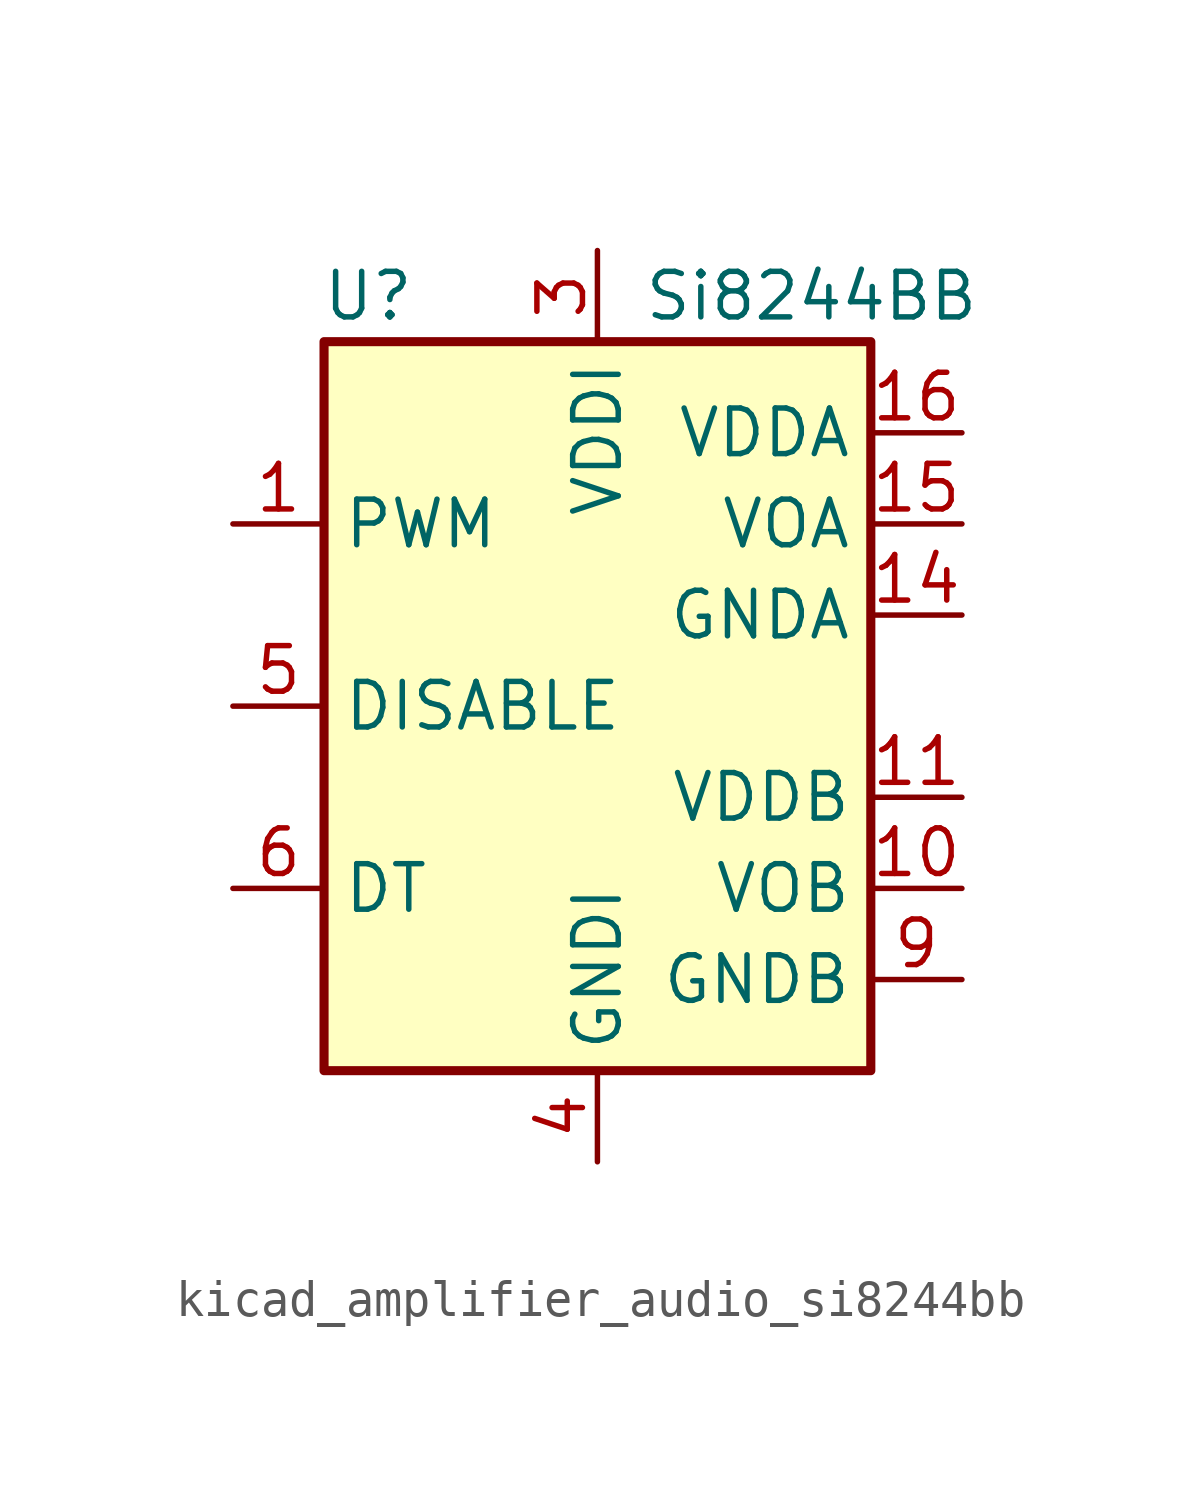
<source format=kicad_sym>
(kicad_symbol_lib
  (version 20220914)
  (generator kicad_symbol_editor)
  (symbol "kicad_amplifier_audio_si8244bb"
    (property "Reference" "U"
      (at -5.08 11.43 0)
      (effects (font (size 1.27 1.27)) (justify right)))
    (property "Value" "Si8244BB"
      (at 1.27 11.43 0)
      (effects (font (size 1.27 1.27)) (justify left)))
    (symbol "kicad_amplifier_audio_si8244bb_0_1"
      (rectangle (start -7.62 10.16) (end 7.62 -10.16) (stroke (width 0.254) (type default)) (fill (type background))))
    (symbol "kicad_amplifier_audio_si8244bb_1_1"
      (pin input line (at -10.16 5.08 0) (length 2.54) (name "PWM" (effects (font (size 1.27 1.27)))) (number "1" (effects (font (size 1.27 1.27)))))
      (pin output line (at 10.16 -5.08 180) (length 2.54) (name "VOB" (effects (font (size 1.27 1.27)))) (number "10" (effects (font (size 1.27 1.27)))))
      (pin power_in line (at 10.16 -2.54 180) (length 2.54) (name "VDDB" (effects (font (size 1.27 1.27)))) (number "11" (effects (font (size 1.27 1.27)))))
      (pin no_connect line (at -7.62 -2.54 0) (length 2.54) hide (name "NC" (effects (font (size 1.27 1.27)))) (number "12" (effects (font (size 1.27 1.27)))))
      (pin no_connect line (at -7.62 -7.62 0) (length 2.54) hide (name "NC" (effects (font (size 1.27 1.27)))) (number "13" (effects (font (size 1.27 1.27)))))
      (pin power_in line (at 10.16 2.54 180) (length 2.54) (name "GNDA" (effects (font (size 1.27 1.27)))) (number "14" (effects (font (size 1.27 1.27)))))
      (pin output line (at 10.16 5.08 180) (length 2.54) (name "VOA" (effects (font (size 1.27 1.27)))) (number "15" (effects (font (size 1.27 1.27)))))
      (pin power_in line (at 10.16 7.62 180) (length 2.54) (name "VDDA" (effects (font (size 1.27 1.27)))) (number "16" (effects (font (size 1.27 1.27)))))
      (pin no_connect line (at -7.62 7.62 0) (length 2.54) hide (name "NC" (effects (font (size 1.27 1.27)))) (number "2" (effects (font (size 1.27 1.27)))))
      (pin power_in line (at 0 12.7 270) (length 2.54) (name "VDDI" (effects (font (size 1.27 1.27)))) (number "3" (effects (font (size 1.27 1.27)))))
      (pin power_in line (at 0 -12.7 90) (length 2.54) (name "GNDI" (effects (font (size 1.27 1.27)))) (number "4" (effects (font (size 1.27 1.27)))))
      (pin input line (at -10.16 0 0) (length 2.54) (name "DISABLE" (effects (font (size 1.27 1.27)))) (number "5" (effects (font (size 1.27 1.27)))))
      (pin passive line (at -10.16 -5.08 0) (length 2.54) (name "DT" (effects (font (size 1.27 1.27)))) (number "6" (effects (font (size 1.27 1.27)))))
      (pin no_connect line (at -7.62 2.54 0) (length 2.54) hide (name "NC" (effects (font (size 1.27 1.27)))) (number "7" (effects (font (size 1.27 1.27)))))
      (pin passive line (at 0 12.7 270) (length 2.54) hide (name "VDDI" (effects (font (size 1.27 1.27)))) (number "8" (effects (font (size 1.27 1.27)))))
      (pin power_in line (at 10.16 -7.62 180) (length 2.54) (name "GNDB" (effects (font (size 1.27 1.27)))) (number "9" (effects (font (size 1.27 1.27))))))))
</source>
